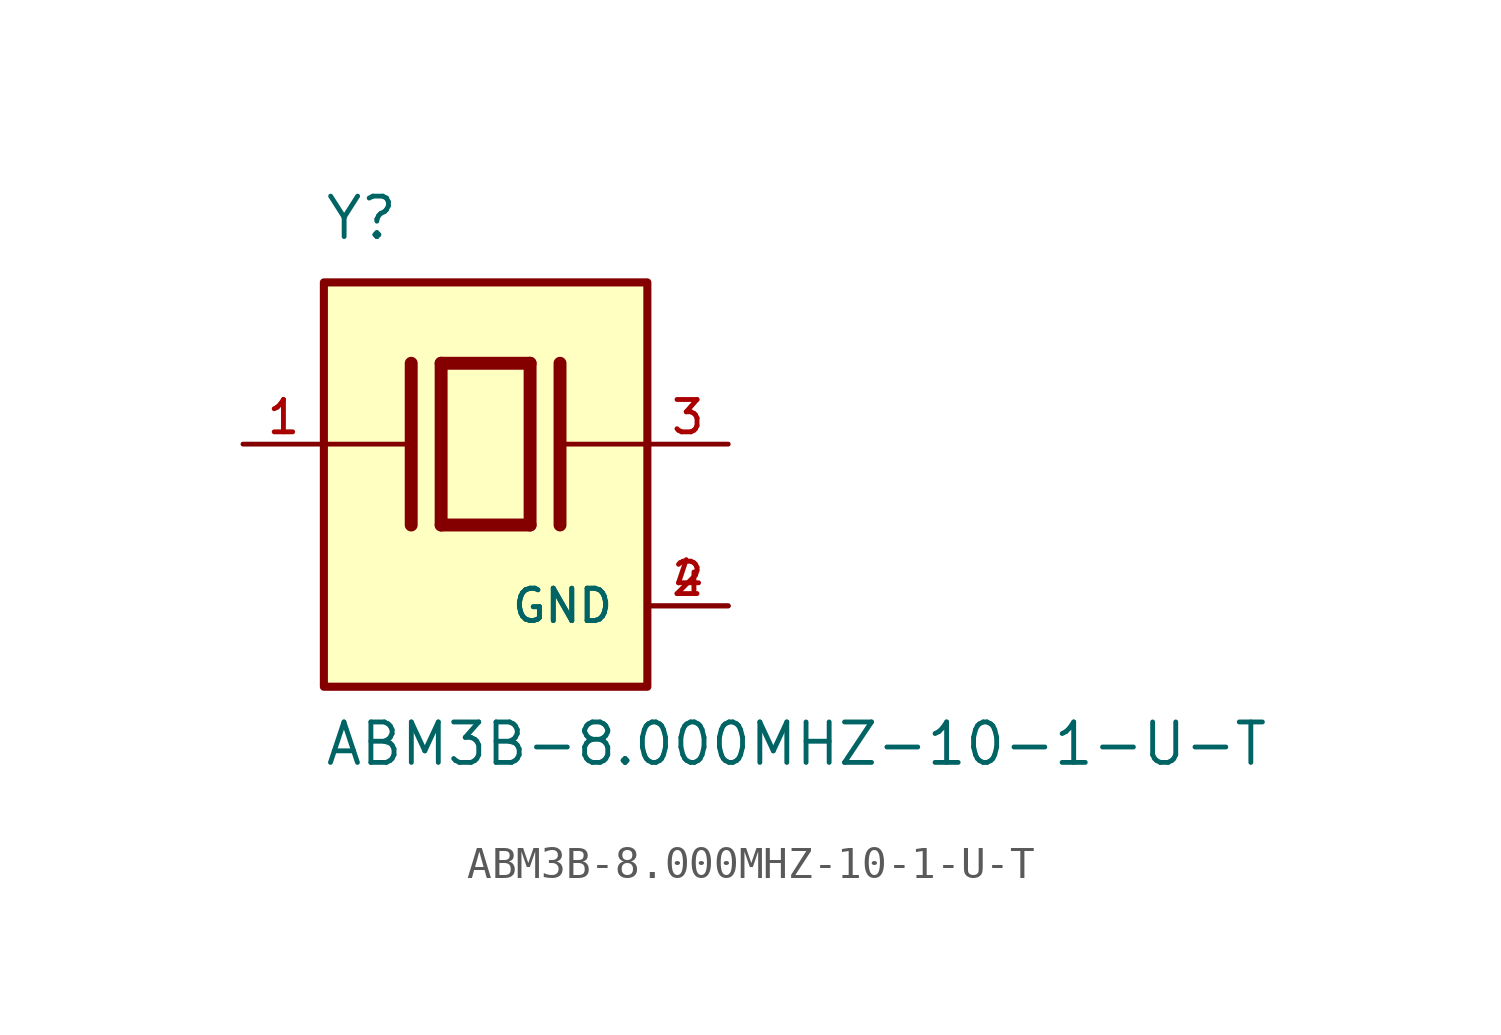
<source format=kicad_sym>
(kicad_symbol_lib
  (version 20211014)
  (generator kicad_symbol_editor)
  (symbol "ABM3B-8.000MHZ-10-1-U-T"
    (pin_names
      (offset 1.016))
    (property "Reference" "Y"
      (at -5.088 6.356 0)
      (effects (font (size 1.27 1.27)) (justify bottom left)))
    (property "Value" "ABM3B-8.000MHZ-10-1-U-T"
      (at -5.094 -10.16 0)
      (effects (font (size 1.27 1.27)) (justify bottom left)))
    (symbol "ABM3B-8.000MHZ-10-1-U-T_0_0"
      (polyline (pts (xy -1.397 2.54) (xy 1.397 2.54)) (stroke (width 0.406)))
      (polyline (pts (xy 1.397 2.54) (xy 1.397 -2.54)) (stroke (width 0.406)))
      (polyline (pts (xy 1.397 -2.54) (xy -1.397 -2.54)) (stroke (width 0.406)))
      (polyline (pts (xy -1.397 2.54) (xy -1.397 -2.54)) (stroke (width 0.406)))
      (polyline (pts (xy 2.337 2.54) (xy 2.337 -2.54)) (stroke (width 0.406)))
      (polyline (pts (xy -2.337 2.54) (xy -2.337 -2.54)) (stroke (width 0.406)))
      (polyline (pts (xy -5.08 0.0) (xy -2.54 0.0)) (stroke (width 0.152)))
      (polyline (pts (xy 2.54 0.0) (xy 5.08 0.0)) (stroke (width 0.152)))
      (rectangle (start -5.08 -7.62) (end 5.08 5.08) (stroke (width 0.254)) (fill (type background)))
      (pin passive line (at 7.62 0.0 180.0) (length 2.54) (name "~" (effects (font (size 1.016 1.016)))) (number "3" (effects (font (size 1.016 1.016)))))
      (pin passive line (at -7.62 0.0 0) (length 2.54) (name "~" (effects (font (size 1.016 1.016)))) (number "1" (effects (font (size 1.016 1.016)))))
      (pin power_in line (at 7.62 -5.08 180.0) (length 2.54) (name "GND" (effects (font (size 1.016 1.016)))) (number "2" (effects (font (size 1.016 1.016)))))
      (pin power_in line (at 7.62 -5.08 180.0) (length 2.54) (name "GND" (effects (font (size 1.016 1.016)))) (number "4" (effects (font (size 1.016 1.016))))))))
</source>
